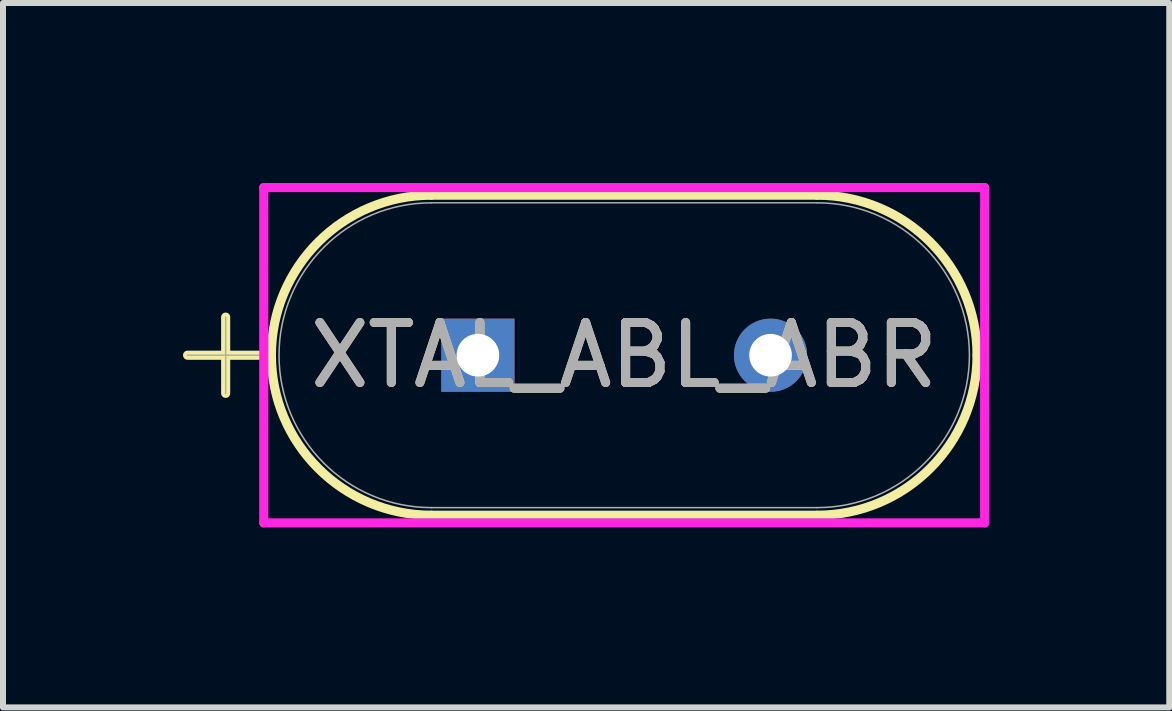
<source format=kicad_pcb>
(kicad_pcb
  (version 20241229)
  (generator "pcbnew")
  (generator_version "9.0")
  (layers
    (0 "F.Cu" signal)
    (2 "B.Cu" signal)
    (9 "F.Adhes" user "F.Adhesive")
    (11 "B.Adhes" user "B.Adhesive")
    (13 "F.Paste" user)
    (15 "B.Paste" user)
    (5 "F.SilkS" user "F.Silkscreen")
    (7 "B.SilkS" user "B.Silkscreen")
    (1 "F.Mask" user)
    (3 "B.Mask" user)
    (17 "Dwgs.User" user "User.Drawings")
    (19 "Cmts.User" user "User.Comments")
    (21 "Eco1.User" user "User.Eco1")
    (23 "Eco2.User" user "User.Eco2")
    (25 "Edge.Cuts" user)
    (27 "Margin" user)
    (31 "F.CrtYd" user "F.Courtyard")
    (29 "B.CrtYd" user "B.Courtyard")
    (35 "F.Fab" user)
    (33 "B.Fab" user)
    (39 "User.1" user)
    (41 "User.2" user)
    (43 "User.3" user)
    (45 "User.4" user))
  (footprint "XTAL_ABL_ABR"
    (layer "F.Cu")
    (at 4.915 2.87)
    (property "Reference" "XTAL_ABL_ABR" (at 2.438 0 0) (unlocked yes) (layer "F.SilkS") (effects (font (size 1 1) (thickness 0.15))))
    (attr through_hole)
    (fp_line (start -4.839 0) (end -3.569 0) (stroke (width 0.152) (type solid)) (layer "F.SilkS"))
    (fp_line (start -4.204 -0.635) (end -4.204 0.635) (stroke (width 0.152) (type solid)) (layer "F.SilkS"))
    (fp_line (start -0.775 -2.667) (end 5.652 -2.667) (stroke (width 0.152) (type solid)) (layer "F.SilkS"))
    (fp_line (start -0.775 2.667) (end 5.652 2.667) (stroke (width 0.152) (type solid)) (layer "F.SilkS"))
    (fp_arc (start -0.7747 2.667) (mid -3.4417 0) (end -0.7747 -2.667) (stroke (width 0.1524) (type solid)) (layer "F.SilkS"))
    (fp_arc (start 5.6515 -2.667) (mid 7.537354 -1.885854) (end 8.3185 0) (stroke (width 0.1524) (type solid)) (layer "F.SilkS"))
    (fp_arc (start 8.3185 0) (mid 7.537354 1.885854) (end 5.6515 2.667) (stroke (width 0.1524) (type solid)) (layer "F.SilkS"))
    (fp_line (start -3.569 -2.794) (end 8.445 -2.794) (stroke (width 0.152) (type solid)) (layer "F.CrtYd"))
    (fp_line (start -3.569 2.794) (end -3.569 -2.794) (stroke (width 0.152) (type solid)) (layer "F.CrtYd"))
    (fp_line (start 8.445 -2.794) (end 8.445 2.794) (stroke (width 0.152) (type solid)) (layer "F.CrtYd"))
    (fp_line (start 8.445 2.794) (end -3.569 2.794) (stroke (width 0.152) (type solid)) (layer "F.CrtYd"))
    (fp_line (start -4.839 0) (end -3.569 0) (stroke (width 0.025) (type solid)) (layer "F.Fab"))
    (fp_line (start -4.204 -0.635) (end -4.204 0.635) (stroke (width 0.025) (type solid)) (layer "F.Fab"))
    (fp_line (start -0.775 -2.54) (end 5.652 -2.54) (stroke (width 0.025) (type solid)) (layer "F.Fab"))
    (fp_line (start -0.775 2.54) (end 5.652 2.54) (stroke (width 0.025) (type solid)) (layer "F.Fab"))
    (fp_arc (start -0.7747 2.54) (mid -3.3147 0) (end -0.7747 -2.54) (stroke (width 0.0254) (type solid)) (layer "F.Fab"))
    (fp_arc (start 5.6515 -2.54) (mid 8.1915 0) (end 5.6515 2.54) (stroke (width 0.0254) (type solid)) (layer "F.Fab"))
    (fp_text user "${REFERENCE}" (at 2.438 0 0) (unlocked yes) (layer "F.Fab") (effects (font (size 1 1) (thickness 0.15))))
    (pad "1" thru_hole rect (at 0 0) (size 1.219 1.219) (drill 0.711) (layers "*.Cu" "*.Mask"))
    (pad "2" thru_hole circle (at 4.877 0) (size 1.219 1.219) (drill 0.711) (layers "*.Cu" "*.Mask")))
  (gr_rect
    (start -3 -3)
    (end 16.437 8.74)
    (stroke (width 0.1) (type default))
    (fill no)
    (layer "Edge.Cuts")))
</source>
